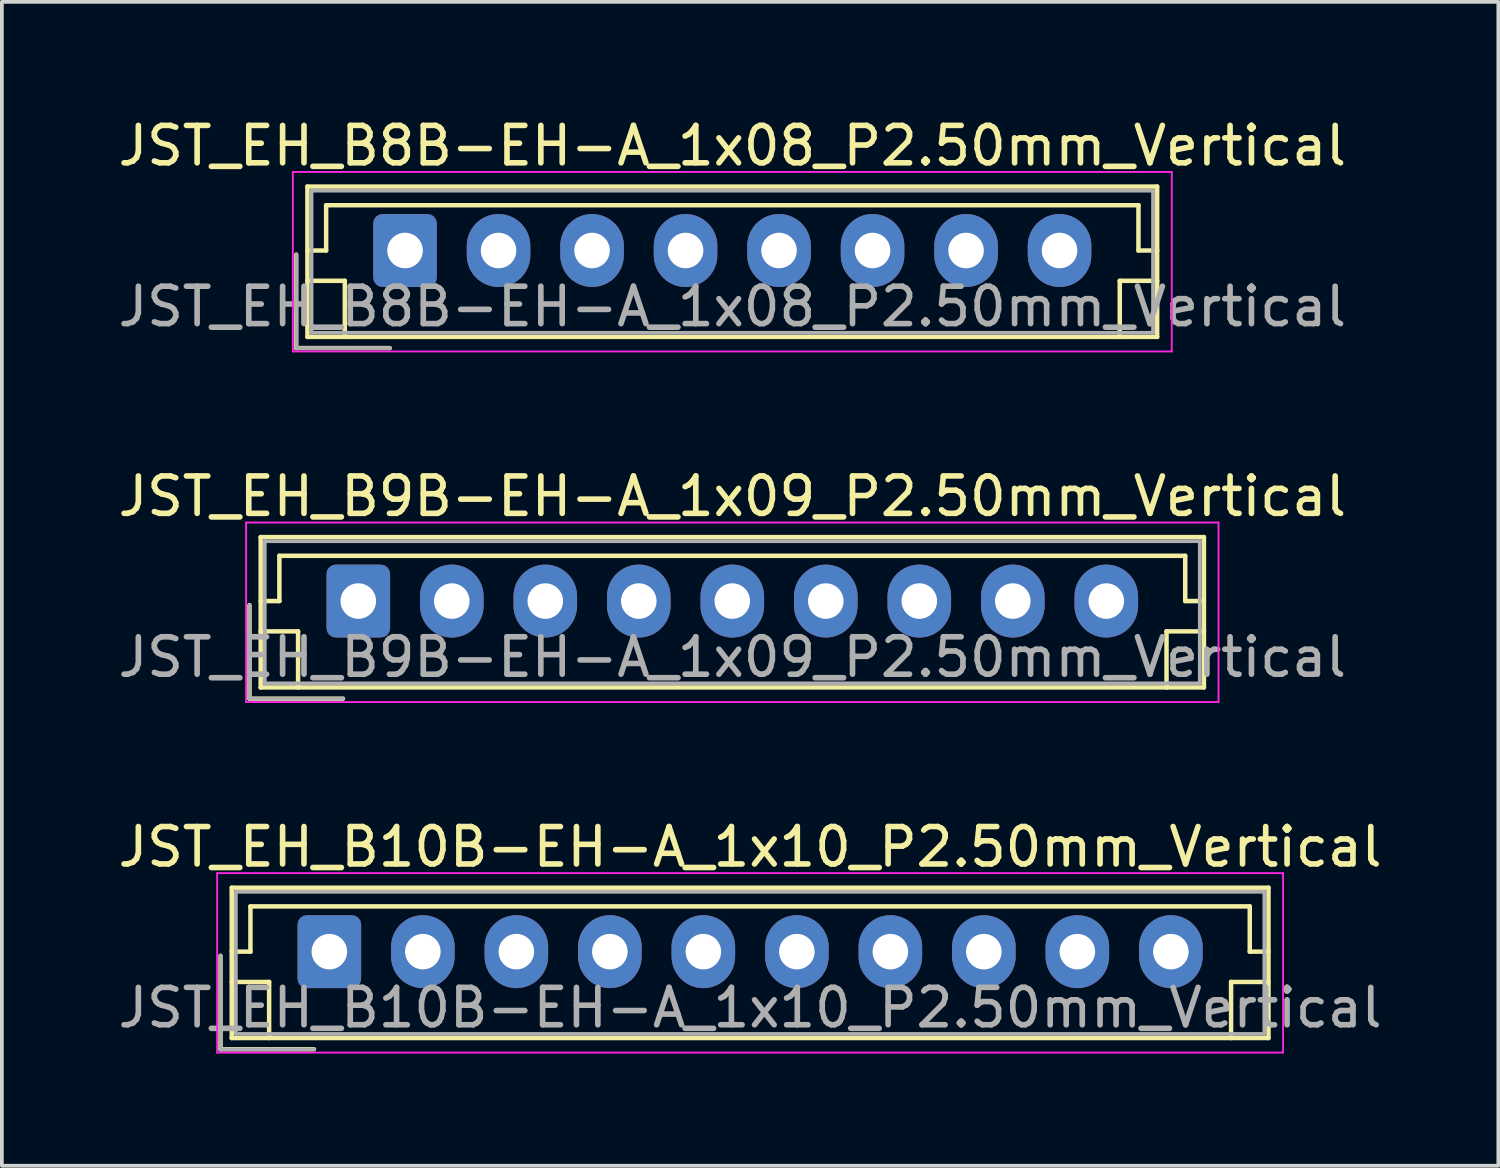
<source format=kicad_pcb>
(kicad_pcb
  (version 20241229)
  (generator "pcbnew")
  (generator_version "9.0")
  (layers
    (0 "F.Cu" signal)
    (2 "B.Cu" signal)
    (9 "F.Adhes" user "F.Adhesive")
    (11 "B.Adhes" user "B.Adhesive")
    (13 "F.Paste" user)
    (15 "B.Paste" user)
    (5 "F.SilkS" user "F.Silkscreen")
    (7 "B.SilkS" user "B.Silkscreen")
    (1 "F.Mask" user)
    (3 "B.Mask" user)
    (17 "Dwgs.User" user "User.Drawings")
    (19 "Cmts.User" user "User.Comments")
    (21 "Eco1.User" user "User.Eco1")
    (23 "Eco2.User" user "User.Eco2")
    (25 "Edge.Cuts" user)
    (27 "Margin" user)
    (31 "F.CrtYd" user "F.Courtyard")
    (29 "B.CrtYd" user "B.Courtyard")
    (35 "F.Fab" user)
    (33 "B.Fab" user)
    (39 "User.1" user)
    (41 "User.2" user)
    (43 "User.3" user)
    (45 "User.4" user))
  (footprint "JST_EH_B9B-EH-A_1x09_P2.50mm_Vertical"
    (layer "F.Cu")
    (at 6.53 13.021)
    (property "Reference" "JST_EH_B9B-EH-A_1x09_P2.50mm_Vertical" (at 10 -2.8 0) (layer "F.SilkS") (effects (font (size 1 1) (thickness 0.15))))
    (attr through_hole)
    (fp_line (start -2.91 0.11) (end -2.91 2.61) (stroke (width 0.12) (type solid)) (layer "F.SilkS"))
    (fp_line (start -2.91 2.61) (end -0.41 2.61) (stroke (width 0.12) (type solid)) (layer "F.SilkS"))
    (fp_line (start -2.61 -1.71) (end -2.61 2.31) (stroke (width 0.12) (type solid)) (layer "F.SilkS"))
    (fp_line (start -2.61 0) (end -2.11 0) (stroke (width 0.12) (type solid)) (layer "F.SilkS"))
    (fp_line (start -2.61 0.81) (end -1.61 0.81) (stroke (width 0.12) (type solid)) (layer "F.SilkS"))
    (fp_line (start -2.61 2.31) (end 22.61 2.31) (stroke (width 0.12) (type solid)) (layer "F.SilkS"))
    (fp_line (start -2.11 -1.21) (end 22.11 -1.21) (stroke (width 0.12) (type solid)) (layer "F.SilkS"))
    (fp_line (start -2.11 0) (end -2.11 -1.21) (stroke (width 0.12) (type solid)) (layer "F.SilkS"))
    (fp_line (start -1.61 0.81) (end -1.61 2.31) (stroke (width 0.12) (type solid)) (layer "F.SilkS"))
    (fp_line (start 21.61 0.81) (end 21.61 2.31) (stroke (width 0.12) (type solid)) (layer "F.SilkS"))
    (fp_line (start 22.11 -1.21) (end 22.11 0) (stroke (width 0.12) (type solid)) (layer "F.SilkS"))
    (fp_line (start 22.11 0) (end 22.61 0) (stroke (width 0.12) (type solid)) (layer "F.SilkS"))
    (fp_line (start 22.61 -1.71) (end -2.61 -1.71) (stroke (width 0.12) (type solid)) (layer "F.SilkS"))
    (fp_line (start 22.61 0.81) (end 21.61 0.81) (stroke (width 0.12) (type solid)) (layer "F.SilkS"))
    (fp_line (start 22.61 2.31) (end 22.61 -1.71) (stroke (width 0.12) (type solid)) (layer "F.SilkS"))
    (fp_line (start -3 -2.1) (end -3 2.7) (stroke (width 0.05) (type solid)) (layer "F.CrtYd"))
    (fp_line (start -3 2.7) (end 23 2.7) (stroke (width 0.05) (type solid)) (layer "F.CrtYd"))
    (fp_line (start 23 -2.1) (end -3 -2.1) (stroke (width 0.05) (type solid)) (layer "F.CrtYd"))
    (fp_line (start 23 2.7) (end 23 -2.1) (stroke (width 0.05) (type solid)) (layer "F.CrtYd"))
    (fp_line (start -2.91 0.11) (end -2.91 2.61) (stroke (width 0.1) (type solid)) (layer "F.Fab"))
    (fp_line (start -2.91 2.61) (end -0.41 2.61) (stroke (width 0.1) (type solid)) (layer "F.Fab"))
    (fp_line (start -2.5 -1.6) (end -2.5 2.2) (stroke (width 0.1) (type solid)) (layer "F.Fab"))
    (fp_line (start -2.5 2.2) (end 22.5 2.2) (stroke (width 0.1) (type solid)) (layer "F.Fab"))
    (fp_line (start 22.5 -1.6) (end -2.5 -1.6) (stroke (width 0.1) (type solid)) (layer "F.Fab"))
    (fp_line (start 22.5 2.2) (end 22.5 -1.6) (stroke (width 0.1) (type solid)) (layer "F.Fab"))
    (fp_text user "${REFERENCE}" (at 10 1.5 0) (layer "F.Fab") (effects (font (size 1 1) (thickness 0.15))))
    (pad "1" thru_hole roundrect (at 0 0) (size 1.7 1.95) (drill 0.95) (layers "*.Cu" "*.Mask") (roundrect_rratio 0.147))
    (pad "2" thru_hole oval (at 2.5 0) (size 1.7 1.95) (drill 0.95) (layers "*.Cu" "*.Mask"))
    (pad "3" thru_hole oval (at 5 0) (size 1.7 1.95) (drill 0.95) (layers "*.Cu" "*.Mask"))
    (pad "4" thru_hole oval (at 7.5 0) (size 1.7 1.95) (drill 0.95) (layers "*.Cu" "*.Mask"))
    (pad "5" thru_hole oval (at 10 0) (size 1.7 1.95) (drill 0.95) (layers "*.Cu" "*.Mask"))
    (pad "6" thru_hole oval (at 12.5 0) (size 1.7 1.95) (drill 0.95) (layers "*.Cu" "*.Mask"))
    (pad "7" thru_hole oval (at 15 0) (size 1.7 1.95) (drill 0.95) (layers "*.Cu" "*.Mask"))
    (pad "8" thru_hole oval (at 17.5 0) (size 1.7 1.95) (drill 0.95) (layers "*.Cu" "*.Mask"))
    (pad "9" thru_hole oval (at 20 0) (size 1.7 1.95) (drill 0.95) (layers "*.Cu" "*.Mask")))
  (footprint "JST_EH_B8B-EH-A_1x08_P2.50mm_Vertical"
    (layer "F.Cu")
    (at 7.78 3.648)
    (property "Reference" "JST_EH_B8B-EH-A_1x08_P2.50mm_Vertical" (at 8.75 -2.8 0) (layer "F.SilkS") (effects (font (size 1 1) (thickness 0.15))))
    (attr through_hole)
    (fp_line (start -2.91 0.11) (end -2.91 2.61) (stroke (width 0.12) (type solid)) (layer "F.SilkS"))
    (fp_line (start -2.91 2.61) (end -0.41 2.61) (stroke (width 0.12) (type solid)) (layer "F.SilkS"))
    (fp_line (start -2.61 -1.71) (end -2.61 2.31) (stroke (width 0.12) (type solid)) (layer "F.SilkS"))
    (fp_line (start -2.61 0) (end -2.11 0) (stroke (width 0.12) (type solid)) (layer "F.SilkS"))
    (fp_line (start -2.61 0.81) (end -1.61 0.81) (stroke (width 0.12) (type solid)) (layer "F.SilkS"))
    (fp_line (start -2.61 2.31) (end 20.11 2.31) (stroke (width 0.12) (type solid)) (layer "F.SilkS"))
    (fp_line (start -2.11 -1.21) (end 19.61 -1.21) (stroke (width 0.12) (type solid)) (layer "F.SilkS"))
    (fp_line (start -2.11 0) (end -2.11 -1.21) (stroke (width 0.12) (type solid)) (layer "F.SilkS"))
    (fp_line (start -1.61 0.81) (end -1.61 2.31) (stroke (width 0.12) (type solid)) (layer "F.SilkS"))
    (fp_line (start 19.11 0.81) (end 19.11 2.31) (stroke (width 0.12) (type solid)) (layer "F.SilkS"))
    (fp_line (start 19.61 -1.21) (end 19.61 0) (stroke (width 0.12) (type solid)) (layer "F.SilkS"))
    (fp_line (start 19.61 0) (end 20.11 0) (stroke (width 0.12) (type solid)) (layer "F.SilkS"))
    (fp_line (start 20.11 -1.71) (end -2.61 -1.71) (stroke (width 0.12) (type solid)) (layer "F.SilkS"))
    (fp_line (start 20.11 0.81) (end 19.11 0.81) (stroke (width 0.12) (type solid)) (layer "F.SilkS"))
    (fp_line (start 20.11 2.31) (end 20.11 -1.71) (stroke (width 0.12) (type solid)) (layer "F.SilkS"))
    (fp_line (start -3 -2.1) (end -3 2.7) (stroke (width 0.05) (type solid)) (layer "F.CrtYd"))
    (fp_line (start -3 2.7) (end 20.5 2.7) (stroke (width 0.05) (type solid)) (layer "F.CrtYd"))
    (fp_line (start 20.5 -2.1) (end -3 -2.1) (stroke (width 0.05) (type solid)) (layer "F.CrtYd"))
    (fp_line (start 20.5 2.7) (end 20.5 -2.1) (stroke (width 0.05) (type solid)) (layer "F.CrtYd"))
    (fp_line (start -2.91 0.11) (end -2.91 2.61) (stroke (width 0.1) (type solid)) (layer "F.Fab"))
    (fp_line (start -2.91 2.61) (end -0.41 2.61) (stroke (width 0.1) (type solid)) (layer "F.Fab"))
    (fp_line (start -2.5 -1.6) (end -2.5 2.2) (stroke (width 0.1) (type solid)) (layer "F.Fab"))
    (fp_line (start -2.5 2.2) (end 20 2.2) (stroke (width 0.1) (type solid)) (layer "F.Fab"))
    (fp_line (start 20 -1.6) (end -2.5 -1.6) (stroke (width 0.1) (type solid)) (layer "F.Fab"))
    (fp_line (start 20 2.2) (end 20 -1.6) (stroke (width 0.1) (type solid)) (layer "F.Fab"))
    (fp_text user "${REFERENCE}" (at 8.75 1.5 0) (layer "F.Fab") (effects (font (size 1 1) (thickness 0.15))))
    (pad "1" thru_hole roundrect (at 0 0) (size 1.7 1.95) (drill 0.95) (layers "*.Cu" "*.Mask") (roundrect_rratio 0.147))
    (pad "2" thru_hole oval (at 2.5 0) (size 1.7 1.95) (drill 0.95) (layers "*.Cu" "*.Mask"))
    (pad "3" thru_hole oval (at 5 0) (size 1.7 1.95) (drill 0.95) (layers "*.Cu" "*.Mask"))
    (pad "4" thru_hole oval (at 7.5 0) (size 1.7 1.95) (drill 0.95) (layers "*.Cu" "*.Mask"))
    (pad "5" thru_hole oval (at 10 0) (size 1.7 1.95) (drill 0.95) (layers "*.Cu" "*.Mask"))
    (pad "6" thru_hole oval (at 12.5 0) (size 1.7 1.95) (drill 0.95) (layers "*.Cu" "*.Mask"))
    (pad "7" thru_hole oval (at 15 0) (size 1.7 1.95) (drill 0.95) (layers "*.Cu" "*.Mask"))
    (pad "8" thru_hole oval (at 17.5 0) (size 1.7 1.95) (drill 0.95) (layers "*.Cu" "*.Mask")))
  (footprint "JST_EH_B10B-EH-A_1x10_P2.50mm_Vertical"
    (layer "F.Cu")
    (at 5.756 22.395)
    (property "Reference" "JST_EH_B10B-EH-A_1x10_P2.50mm_Vertical" (at 11.25 -2.8 0) (layer "F.SilkS") (effects (font (size 1 1) (thickness 0.15))))
    (attr through_hole)
    (fp_line (start -2.91 0.11) (end -2.91 2.61) (stroke (width 0.12) (type solid)) (layer "F.SilkS"))
    (fp_line (start -2.91 2.61) (end -0.41 2.61) (stroke (width 0.12) (type solid)) (layer "F.SilkS"))
    (fp_line (start -2.61 -1.71) (end -2.61 2.31) (stroke (width 0.12) (type solid)) (layer "F.SilkS"))
    (fp_line (start -2.61 0) (end -2.11 0) (stroke (width 0.12) (type solid)) (layer "F.SilkS"))
    (fp_line (start -2.61 0.81) (end -1.61 0.81) (stroke (width 0.12) (type solid)) (layer "F.SilkS"))
    (fp_line (start -2.61 2.31) (end 25.11 2.31) (stroke (width 0.12) (type solid)) (layer "F.SilkS"))
    (fp_line (start -2.11 -1.21) (end 24.61 -1.21) (stroke (width 0.12) (type solid)) (layer "F.SilkS"))
    (fp_line (start -2.11 0) (end -2.11 -1.21) (stroke (width 0.12) (type solid)) (layer "F.SilkS"))
    (fp_line (start -1.61 0.81) (end -1.61 2.31) (stroke (width 0.12) (type solid)) (layer "F.SilkS"))
    (fp_line (start 24.11 0.81) (end 24.11 2.31) (stroke (width 0.12) (type solid)) (layer "F.SilkS"))
    (fp_line (start 24.61 -1.21) (end 24.61 0) (stroke (width 0.12) (type solid)) (layer "F.SilkS"))
    (fp_line (start 24.61 0) (end 25.11 0) (stroke (width 0.12) (type solid)) (layer "F.SilkS"))
    (fp_line (start 25.11 -1.71) (end -2.61 -1.71) (stroke (width 0.12) (type solid)) (layer "F.SilkS"))
    (fp_line (start 25.11 0.81) (end 24.11 0.81) (stroke (width 0.12) (type solid)) (layer "F.SilkS"))
    (fp_line (start 25.11 2.31) (end 25.11 -1.71) (stroke (width 0.12) (type solid)) (layer "F.SilkS"))
    (fp_line (start -3 -2.1) (end -3 2.7) (stroke (width 0.05) (type solid)) (layer "F.CrtYd"))
    (fp_line (start -3 2.7) (end 25.5 2.7) (stroke (width 0.05) (type solid)) (layer "F.CrtYd"))
    (fp_line (start 25.5 -2.1) (end -3 -2.1) (stroke (width 0.05) (type solid)) (layer "F.CrtYd"))
    (fp_line (start 25.5 2.7) (end 25.5 -2.1) (stroke (width 0.05) (type solid)) (layer "F.CrtYd"))
    (fp_line (start -2.91 0.11) (end -2.91 2.61) (stroke (width 0.1) (type solid)) (layer "F.Fab"))
    (fp_line (start -2.91 2.61) (end -0.41 2.61) (stroke (width 0.1) (type solid)) (layer "F.Fab"))
    (fp_line (start -2.5 -1.6) (end -2.5 2.2) (stroke (width 0.1) (type solid)) (layer "F.Fab"))
    (fp_line (start -2.5 2.2) (end 25 2.2) (stroke (width 0.1) (type solid)) (layer "F.Fab"))
    (fp_line (start 25 -1.6) (end -2.5 -1.6) (stroke (width 0.1) (type solid)) (layer "F.Fab"))
    (fp_line (start 25 2.2) (end 25 -1.6) (stroke (width 0.1) (type solid)) (layer "F.Fab"))
    (fp_text user "${REFERENCE}" (at 11.25 1.5 0) (layer "F.Fab") (effects (font (size 1 1) (thickness 0.15))))
    (pad "1" thru_hole roundrect (at 0 0) (size 1.7 1.95) (drill 0.95) (layers "*.Cu" "*.Mask") (roundrect_rratio 0.147))
    (pad "2" thru_hole oval (at 2.5 0) (size 1.7 1.95) (drill 0.95) (layers "*.Cu" "*.Mask"))
    (pad "3" thru_hole oval (at 5 0) (size 1.7 1.95) (drill 0.95) (layers "*.Cu" "*.Mask"))
    (pad "4" thru_hole oval (at 7.5 0) (size 1.7 1.95) (drill 0.95) (layers "*.Cu" "*.Mask"))
    (pad "5" thru_hole oval (at 10 0) (size 1.7 1.95) (drill 0.95) (layers "*.Cu" "*.Mask"))
    (pad "6" thru_hole oval (at 12.5 0) (size 1.7 1.95) (drill 0.95) (layers "*.Cu" "*.Mask"))
    (pad "7" thru_hole oval (at 15 0) (size 1.7 1.95) (drill 0.95) (layers "*.Cu" "*.Mask"))
    (pad "8" thru_hole oval (at 17.5 0) (size 1.7 1.95) (drill 0.95) (layers "*.Cu" "*.Mask"))
    (pad "9" thru_hole oval (at 20 0) (size 1.7 1.95) (drill 0.95) (layers "*.Cu" "*.Mask"))
    (pad "10" thru_hole oval (at 22.5 0) (size 1.7 1.95) (drill 0.95) (layers "*.Cu" "*.Mask")))
  (gr_rect
    (start -3 -3)
    (end 37.012 28.12)
    (stroke (width 0.1) (type default))
    (fill no)
    (layer "Edge.Cuts")))
</source>
